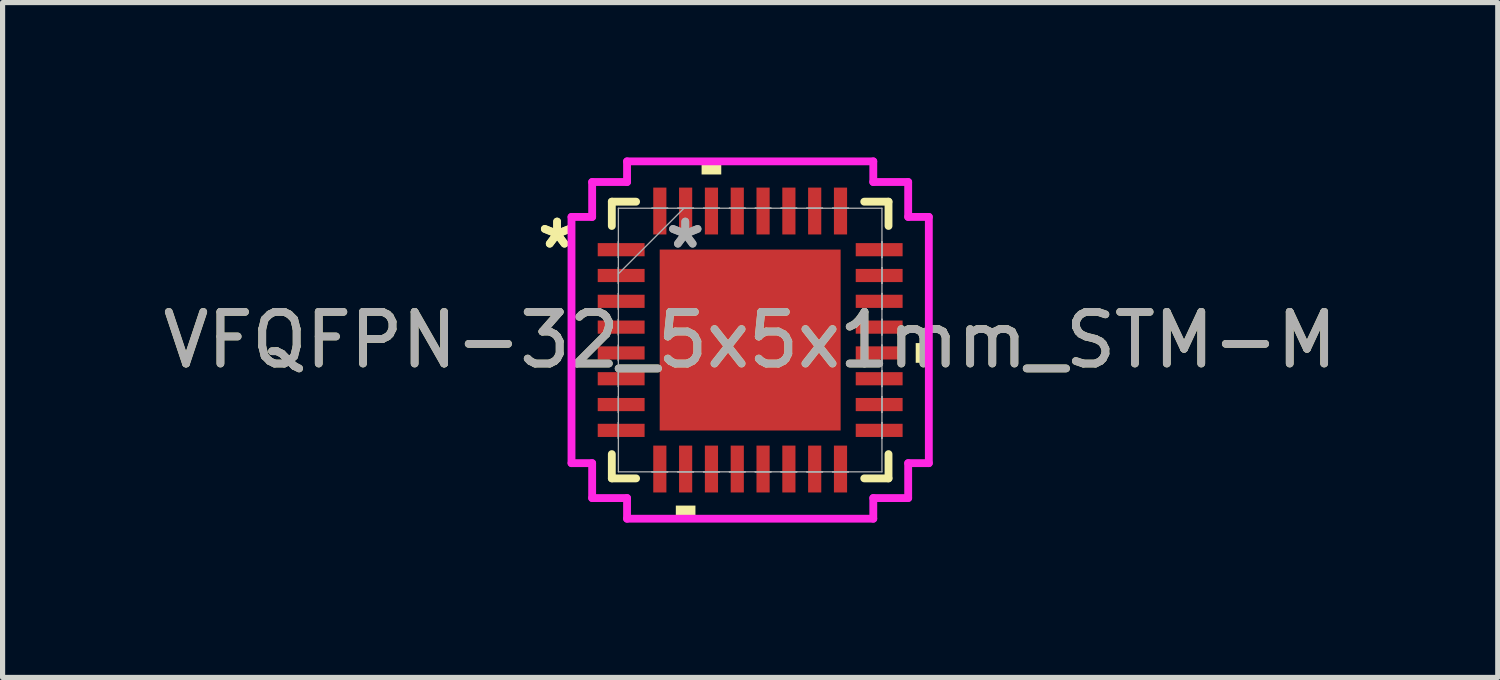
<source format=kicad_pcb>
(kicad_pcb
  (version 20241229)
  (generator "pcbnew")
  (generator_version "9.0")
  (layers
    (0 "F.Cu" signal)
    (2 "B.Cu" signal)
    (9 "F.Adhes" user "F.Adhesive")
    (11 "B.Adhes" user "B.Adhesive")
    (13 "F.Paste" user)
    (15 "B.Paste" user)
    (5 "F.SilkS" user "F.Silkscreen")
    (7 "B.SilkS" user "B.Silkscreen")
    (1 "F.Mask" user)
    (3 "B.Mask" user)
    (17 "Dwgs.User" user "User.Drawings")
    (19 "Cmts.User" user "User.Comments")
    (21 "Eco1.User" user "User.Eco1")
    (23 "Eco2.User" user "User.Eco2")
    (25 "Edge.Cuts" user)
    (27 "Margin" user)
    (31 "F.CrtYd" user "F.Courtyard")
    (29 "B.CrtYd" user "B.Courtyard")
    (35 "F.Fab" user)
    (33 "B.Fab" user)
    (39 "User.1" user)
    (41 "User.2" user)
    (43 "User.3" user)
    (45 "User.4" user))
  (footprint "VFQFPN-32_5x5x1mm_STM-M"
    (layer "F.Cu")
    (at 11.482 3.537)
    (property "Reference" "VFQFPN-32_5x5x1mm_STM-M" (at 0 0 0) (unlocked yes) (layer "F.SilkS") (effects (font (size 1 1) (thickness 0.15))))
    (attr smd)
    (fp_line (start -2.68 -2.68) (end -2.68 -2.21) (stroke (width 0.152) (type solid)) (layer "F.SilkS"))
    (fp_line (start -2.68 2.21) (end -2.68 2.68) (stroke (width 0.152) (type solid)) (layer "F.SilkS"))
    (fp_line (start -2.68 2.68) (end -2.21 2.68) (stroke (width 0.152) (type solid)) (layer "F.SilkS"))
    (fp_line (start -2.21 -2.68) (end -2.68 -2.68) (stroke (width 0.152) (type solid)) (layer "F.SilkS"))
    (fp_line (start 2.21 2.68) (end 2.68 2.68) (stroke (width 0.152) (type solid)) (layer "F.SilkS"))
    (fp_line (start 2.68 -2.68) (end 2.21 -2.68) (stroke (width 0.152) (type solid)) (layer "F.SilkS"))
    (fp_line (start 2.68 -2.21) (end 2.68 -2.68) (stroke (width 0.152) (type solid)) (layer "F.SilkS"))
    (fp_line (start 2.68 2.68) (end 2.68 2.21) (stroke (width 0.152) (type solid)) (layer "F.SilkS"))
    (fp_poly (pts (xy -1.44 3.207) (xy -1.44 3.461) (xy -1.06 3.461) (xy -1.06 3.207)) (stroke (width 0) (type solid)) (fill yes) (layer "F.SilkS"))
    (fp_poly (pts (xy -0.941 -3.207) (xy -0.941 -3.461) (xy -0.56 -3.461) (xy -0.56 -3.207)) (stroke (width 0) (type solid)) (fill yes) (layer "F.SilkS"))
    (fp_poly (pts (xy 3.461 0.059) (xy 3.461 0.441) (xy 3.207 0.441) (xy 3.207 0.059)) (stroke (width 0) (type solid)) (fill yes) (layer "F.SilkS"))
    (fp_line (start -3.461 -2.385) (end -3.061 -2.385) (stroke (width 0.152) (type solid)) (layer "F.CrtYd"))
    (fp_line (start -3.461 2.385) (end -3.461 -2.385) (stroke (width 0.152) (type solid)) (layer "F.CrtYd"))
    (fp_line (start -3.061 -3.061) (end -2.385 -3.061) (stroke (width 0.152) (type solid)) (layer "F.CrtYd"))
    (fp_line (start -3.061 -2.385) (end -3.061 -3.061) (stroke (width 0.152) (type solid)) (layer "F.CrtYd"))
    (fp_line (start -3.061 2.385) (end -3.461 2.385) (stroke (width 0.152) (type solid)) (layer "F.CrtYd"))
    (fp_line (start -3.061 3.061) (end -3.061 2.385) (stroke (width 0.152) (type solid)) (layer "F.CrtYd"))
    (fp_line (start -2.385 -3.461) (end 2.385 -3.461) (stroke (width 0.152) (type solid)) (layer "F.CrtYd"))
    (fp_line (start -2.385 -3.061) (end -2.385 -3.461) (stroke (width 0.152) (type solid)) (layer "F.CrtYd"))
    (fp_line (start -2.385 3.061) (end -3.061 3.061) (stroke (width 0.152) (type solid)) (layer "F.CrtYd"))
    (fp_line (start -2.385 3.461) (end -2.385 3.061) (stroke (width 0.152) (type solid)) (layer "F.CrtYd"))
    (fp_line (start 2.385 -3.461) (end 2.385 -3.061) (stroke (width 0.152) (type solid)) (layer "F.CrtYd"))
    (fp_line (start 2.385 -3.061) (end 3.061 -3.061) (stroke (width 0.152) (type solid)) (layer "F.CrtYd"))
    (fp_line (start 2.385 3.061) (end 2.385 3.461) (stroke (width 0.152) (type solid)) (layer "F.CrtYd"))
    (fp_line (start 2.385 3.461) (end -2.385 3.461) (stroke (width 0.152) (type solid)) (layer "F.CrtYd"))
    (fp_line (start 3.061 -3.061) (end 3.061 -2.385) (stroke (width 0.152) (type solid)) (layer "F.CrtYd"))
    (fp_line (start 3.061 -2.385) (end 3.461 -2.385) (stroke (width 0.152) (type solid)) (layer "F.CrtYd"))
    (fp_line (start 3.061 2.385) (end 3.061 3.061) (stroke (width 0.152) (type solid)) (layer "F.CrtYd"))
    (fp_line (start 3.061 3.061) (end 2.385 3.061) (stroke (width 0.152) (type solid)) (layer "F.CrtYd"))
    (fp_line (start 3.461 -2.385) (end 3.461 2.385) (stroke (width 0.152) (type solid)) (layer "F.CrtYd"))
    (fp_line (start 3.461 2.385) (end 3.061 2.385) (stroke (width 0.152) (type solid)) (layer "F.CrtYd"))
    (fp_line (start -2.553 -2.553) (end -2.553 2.553) (stroke (width 0.025) (type solid)) (layer "F.Fab"))
    (fp_line (start -2.553 -1.902) (end -2.553 -1.902) (stroke (width 0.025) (type solid)) (layer "F.Fab"))
    (fp_line (start -2.553 -1.902) (end -2.553 -1.598) (stroke (width 0.025) (type solid)) (layer "F.Fab"))
    (fp_line (start -2.553 -1.598) (end -2.553 -1.902) (stroke (width 0.025) (type solid)) (layer "F.Fab"))
    (fp_line (start -2.553 -1.598) (end -2.553 -1.598) (stroke (width 0.025) (type solid)) (layer "F.Fab"))
    (fp_line (start -2.553 -1.402) (end -2.553 -1.402) (stroke (width 0.025) (type solid)) (layer "F.Fab"))
    (fp_line (start -2.553 -1.402) (end -2.553 -1.098) (stroke (width 0.025) (type solid)) (layer "F.Fab"))
    (fp_line (start -2.553 -1.283) (end -1.283 -2.553) (stroke (width 0.025) (type solid)) (layer "F.Fab"))
    (fp_line (start -2.553 -1.098) (end -2.553 -1.402) (stroke (width 0.025) (type solid)) (layer "F.Fab"))
    (fp_line (start -2.553 -1.098) (end -2.553 -1.098) (stroke (width 0.025) (type solid)) (layer "F.Fab"))
    (fp_line (start -2.553 -0.902) (end -2.553 -0.902) (stroke (width 0.025) (type solid)) (layer "F.Fab"))
    (fp_line (start -2.553 -0.902) (end -2.553 -0.598) (stroke (width 0.025) (type solid)) (layer "F.Fab"))
    (fp_line (start -2.553 -0.598) (end -2.553 -0.902) (stroke (width 0.025) (type solid)) (layer "F.Fab"))
    (fp_line (start -2.553 -0.598) (end -2.553 -0.598) (stroke (width 0.025) (type solid)) (layer "F.Fab"))
    (fp_line (start -2.553 -0.402) (end -2.553 -0.402) (stroke (width 0.025) (type solid)) (layer "F.Fab"))
    (fp_line (start -2.553 -0.402) (end -2.553 -0.098) (stroke (width 0.025) (type solid)) (layer "F.Fab"))
    (fp_line (start -2.553 -0.098) (end -2.553 -0.402) (stroke (width 0.025) (type solid)) (layer "F.Fab"))
    (fp_line (start -2.553 -0.098) (end -2.553 -0.098) (stroke (width 0.025) (type solid)) (layer "F.Fab"))
    (fp_line (start -2.553 0.098) (end -2.553 0.098) (stroke (width 0.025) (type solid)) (layer "F.Fab"))
    (fp_line (start -2.553 0.098) (end -2.553 0.402) (stroke (width 0.025) (type solid)) (layer "F.Fab"))
    (fp_line (start -2.553 0.402) (end -2.553 0.098) (stroke (width 0.025) (type solid)) (layer "F.Fab"))
    (fp_line (start -2.553 0.402) (end -2.553 0.402) (stroke (width 0.025) (type solid)) (layer "F.Fab"))
    (fp_line (start -2.553 0.598) (end -2.553 0.598) (stroke (width 0.025) (type solid)) (layer "F.Fab"))
    (fp_line (start -2.553 0.598) (end -2.553 0.902) (stroke (width 0.025) (type solid)) (layer "F.Fab"))
    (fp_line (start -2.553 0.902) (end -2.553 0.598) (stroke (width 0.025) (type solid)) (layer "F.Fab"))
    (fp_line (start -2.553 0.902) (end -2.553 0.902) (stroke (width 0.025) (type solid)) (layer "F.Fab"))
    (fp_line (start -2.553 1.098) (end -2.553 1.098) (stroke (width 0.025) (type solid)) (layer "F.Fab"))
    (fp_line (start -2.553 1.098) (end -2.553 1.402) (stroke (width 0.025) (type solid)) (layer "F.Fab"))
    (fp_line (start -2.553 1.402) (end -2.553 1.098) (stroke (width 0.025) (type solid)) (layer "F.Fab"))
    (fp_line (start -2.553 1.402) (end -2.553 1.402) (stroke (width 0.025) (type solid)) (layer "F.Fab"))
    (fp_line (start -2.553 1.598) (end -2.553 1.598) (stroke (width 0.025) (type solid)) (layer "F.Fab"))
    (fp_line (start -2.553 1.598) (end -2.553 1.902) (stroke (width 0.025) (type solid)) (layer "F.Fab"))
    (fp_line (start -2.553 1.902) (end -2.553 1.598) (stroke (width 0.025) (type solid)) (layer "F.Fab"))
    (fp_line (start -2.553 1.902) (end -2.553 1.902) (stroke (width 0.025) (type solid)) (layer "F.Fab"))
    (fp_line (start -2.553 2.553) (end 2.553 2.553) (stroke (width 0.025) (type solid)) (layer "F.Fab"))
    (fp_line (start -1.902 -2.553) (end -1.902 -2.553) (stroke (width 0.025) (type solid)) (layer "F.Fab"))
    (fp_line (start -1.902 -2.553) (end -1.598 -2.553) (stroke (width 0.025) (type solid)) (layer "F.Fab"))
    (fp_line (start -1.902 2.553) (end -1.902 2.553) (stroke (width 0.025) (type solid)) (layer "F.Fab"))
    (fp_line (start -1.902 2.553) (end -1.598 2.553) (stroke (width 0.025) (type solid)) (layer "F.Fab"))
    (fp_line (start -1.598 -2.553) (end -1.902 -2.553) (stroke (width 0.025) (type solid)) (layer "F.Fab"))
    (fp_line (start -1.598 -2.553) (end -1.598 -2.553) (stroke (width 0.025) (type solid)) (layer "F.Fab"))
    (fp_line (start -1.598 2.553) (end -1.902 2.553) (stroke (width 0.025) (type solid)) (layer "F.Fab"))
    (fp_line (start -1.598 2.553) (end -1.598 2.553) (stroke (width 0.025) (type solid)) (layer "F.Fab"))
    (fp_line (start -1.402 -2.553) (end -1.402 -2.553) (stroke (width 0.025) (type solid)) (layer "F.Fab"))
    (fp_line (start -1.402 -2.553) (end -1.098 -2.553) (stroke (width 0.025) (type solid)) (layer "F.Fab"))
    (fp_line (start -1.402 2.553) (end -1.402 2.553) (stroke (width 0.025) (type solid)) (layer "F.Fab"))
    (fp_line (start -1.402 2.553) (end -1.098 2.553) (stroke (width 0.025) (type solid)) (layer "F.Fab"))
    (fp_line (start -1.098 -2.553) (end -1.402 -2.553) (stroke (width 0.025) (type solid)) (layer "F.Fab"))
    (fp_line (start -1.098 -2.553) (end -1.098 -2.553) (stroke (width 0.025) (type solid)) (layer "F.Fab"))
    (fp_line (start -1.098 2.553) (end -1.402 2.553) (stroke (width 0.025) (type solid)) (layer "F.Fab"))
    (fp_line (start -1.098 2.553) (end -1.098 2.553) (stroke (width 0.025) (type solid)) (layer "F.Fab"))
    (fp_line (start -0.902 -2.553) (end -0.902 -2.553) (stroke (width 0.025) (type solid)) (layer "F.Fab"))
    (fp_line (start -0.902 -2.553) (end -0.598 -2.553) (stroke (width 0.025) (type solid)) (layer "F.Fab"))
    (fp_line (start -0.902 2.553) (end -0.902 2.553) (stroke (width 0.025) (type solid)) (layer "F.Fab"))
    (fp_line (start -0.902 2.553) (end -0.598 2.553) (stroke (width 0.025) (type solid)) (layer "F.Fab"))
    (fp_line (start -0.598 -2.553) (end -0.902 -2.553) (stroke (width 0.025) (type solid)) (layer "F.Fab"))
    (fp_line (start -0.598 -2.553) (end -0.598 -2.553) (stroke (width 0.025) (type solid)) (layer "F.Fab"))
    (fp_line (start -0.598 2.553) (end -0.902 2.553) (stroke (width 0.025) (type solid)) (layer "F.Fab"))
    (fp_line (start -0.598 2.553) (end -0.598 2.553) (stroke (width 0.025) (type solid)) (layer "F.Fab"))
    (fp_line (start -0.402 -2.553) (end -0.402 -2.553) (stroke (width 0.025) (type solid)) (layer "F.Fab"))
    (fp_line (start -0.402 -2.553) (end -0.098 -2.553) (stroke (width 0.025) (type solid)) (layer "F.Fab"))
    (fp_line (start -0.402 2.553) (end -0.402 2.553) (stroke (width 0.025) (type solid)) (layer "F.Fab"))
    (fp_line (start -0.402 2.553) (end -0.098 2.553) (stroke (width 0.025) (type solid)) (layer "F.Fab"))
    (fp_line (start -0.098 -2.553) (end -0.402 -2.553) (stroke (width 0.025) (type solid)) (layer "F.Fab"))
    (fp_line (start -0.098 -2.553) (end -0.098 -2.553) (stroke (width 0.025) (type solid)) (layer "F.Fab"))
    (fp_line (start -0.098 2.553) (end -0.402 2.553) (stroke (width 0.025) (type solid)) (layer "F.Fab"))
    (fp_line (start -0.098 2.553) (end -0.098 2.553) (stroke (width 0.025) (type solid)) (layer "F.Fab"))
    (fp_line (start 0.098 -2.553) (end 0.098 -2.553) (stroke (width 0.025) (type solid)) (layer "F.Fab"))
    (fp_line (start 0.098 -2.553) (end 0.402 -2.553) (stroke (width 0.025) (type solid)) (layer "F.Fab"))
    (fp_line (start 0.098 2.553) (end 0.098 2.553) (stroke (width 0.025) (type solid)) (layer "F.Fab"))
    (fp_line (start 0.098 2.553) (end 0.402 2.553) (stroke (width 0.025) (type solid)) (layer "F.Fab"))
    (fp_line (start 0.402 -2.553) (end 0.098 -2.553) (stroke (width 0.025) (type solid)) (layer "F.Fab"))
    (fp_line (start 0.402 -2.553) (end 0.402 -2.553) (stroke (width 0.025) (type solid)) (layer "F.Fab"))
    (fp_line (start 0.402 2.553) (end 0.098 2.553) (stroke (width 0.025) (type solid)) (layer "F.Fab"))
    (fp_line (start 0.402 2.553) (end 0.402 2.553) (stroke (width 0.025) (type solid)) (layer "F.Fab"))
    (fp_line (start 0.598 -2.553) (end 0.598 -2.553) (stroke (width 0.025) (type solid)) (layer "F.Fab"))
    (fp_line (start 0.598 -2.553) (end 0.902 -2.553) (stroke (width 0.025) (type solid)) (layer "F.Fab"))
    (fp_line (start 0.598 2.553) (end 0.598 2.553) (stroke (width 0.025) (type solid)) (layer "F.Fab"))
    (fp_line (start 0.598 2.553) (end 0.902 2.553) (stroke (width 0.025) (type solid)) (layer "F.Fab"))
    (fp_line (start 0.902 -2.553) (end 0.598 -2.553) (stroke (width 0.025) (type solid)) (layer "F.Fab"))
    (fp_line (start 0.902 -2.553) (end 0.902 -2.553) (stroke (width 0.025) (type solid)) (layer "F.Fab"))
    (fp_line (start 0.902 2.553) (end 0.598 2.553) (stroke (width 0.025) (type solid)) (layer "F.Fab"))
    (fp_line (start 0.902 2.553) (end 0.902 2.553) (stroke (width 0.025) (type solid)) (layer "F.Fab"))
    (fp_line (start 1.098 -2.553) (end 1.098 -2.553) (stroke (width 0.025) (type solid)) (layer "F.Fab"))
    (fp_line (start 1.098 -2.553) (end 1.402 -2.553) (stroke (width 0.025) (type solid)) (layer "F.Fab"))
    (fp_line (start 1.098 2.553) (end 1.098 2.553) (stroke (width 0.025) (type solid)) (layer "F.Fab"))
    (fp_line (start 1.098 2.553) (end 1.402 2.553) (stroke (width 0.025) (type solid)) (layer "F.Fab"))
    (fp_line (start 1.402 -2.553) (end 1.098 -2.553) (stroke (width 0.025) (type solid)) (layer "F.Fab"))
    (fp_line (start 1.402 -2.553) (end 1.402 -2.553) (stroke (width 0.025) (type solid)) (layer "F.Fab"))
    (fp_line (start 1.402 2.553) (end 1.098 2.553) (stroke (width 0.025) (type solid)) (layer "F.Fab"))
    (fp_line (start 1.402 2.553) (end 1.402 2.553) (stroke (width 0.025) (type solid)) (layer "F.Fab"))
    (fp_line (start 1.598 -2.553) (end 1.598 -2.553) (stroke (width 0.025) (type solid)) (layer "F.Fab"))
    (fp_line (start 1.598 -2.553) (end 1.902 -2.553) (stroke (width 0.025) (type solid)) (layer "F.Fab"))
    (fp_line (start 1.598 2.553) (end 1.598 2.553) (stroke (width 0.025) (type solid)) (layer "F.Fab"))
    (fp_line (start 1.598 2.553) (end 1.902 2.553) (stroke (width 0.025) (type solid)) (layer "F.Fab"))
    (fp_line (start 1.902 -2.553) (end 1.598 -2.553) (stroke (width 0.025) (type solid)) (layer "F.Fab"))
    (fp_line (start 1.902 -2.553) (end 1.902 -2.553) (stroke (width 0.025) (type solid)) (layer "F.Fab"))
    (fp_line (start 1.902 2.553) (end 1.598 2.553) (stroke (width 0.025) (type solid)) (layer "F.Fab"))
    (fp_line (start 1.902 2.553) (end 1.902 2.553) (stroke (width 0.025) (type solid)) (layer "F.Fab"))
    (fp_line (start 2.553 -2.553) (end -2.553 -2.553) (stroke (width 0.025) (type solid)) (layer "F.Fab"))
    (fp_line (start 2.553 -1.902) (end 2.553 -1.902) (stroke (width 0.025) (type solid)) (layer "F.Fab"))
    (fp_line (start 2.553 -1.902) (end 2.553 -1.598) (stroke (width 0.025) (type solid)) (layer "F.Fab"))
    (fp_line (start 2.553 -1.598) (end 2.553 -1.902) (stroke (width 0.025) (type solid)) (layer "F.Fab"))
    (fp_line (start 2.553 -1.598) (end 2.553 -1.598) (stroke (width 0.025) (type solid)) (layer "F.Fab"))
    (fp_line (start 2.553 -1.402) (end 2.553 -1.402) (stroke (width 0.025) (type solid)) (layer "F.Fab"))
    (fp_line (start 2.553 -1.402) (end 2.553 -1.098) (stroke (width 0.025) (type solid)) (layer "F.Fab"))
    (fp_line (start 2.553 -1.098) (end 2.553 -1.402) (stroke (width 0.025) (type solid)) (layer "F.Fab"))
    (fp_line (start 2.553 -1.098) (end 2.553 -1.098) (stroke (width 0.025) (type solid)) (layer "F.Fab"))
    (fp_line (start 2.553 -0.902) (end 2.553 -0.902) (stroke (width 0.025) (type solid)) (layer "F.Fab"))
    (fp_line (start 2.553 -0.902) (end 2.553 -0.598) (stroke (width 0.025) (type solid)) (layer "F.Fab"))
    (fp_line (start 2.553 -0.598) (end 2.553 -0.902) (stroke (width 0.025) (type solid)) (layer "F.Fab"))
    (fp_line (start 2.553 -0.598) (end 2.553 -0.598) (stroke (width 0.025) (type solid)) (layer "F.Fab"))
    (fp_line (start 2.553 -0.402) (end 2.553 -0.402) (stroke (width 0.025) (type solid)) (layer "F.Fab"))
    (fp_line (start 2.553 -0.402) (end 2.553 -0.098) (stroke (width 0.025) (type solid)) (layer "F.Fab"))
    (fp_line (start 2.553 -0.098) (end 2.553 -0.402) (stroke (width 0.025) (type solid)) (layer "F.Fab"))
    (fp_line (start 2.553 -0.098) (end 2.553 -0.098) (stroke (width 0.025) (type solid)) (layer "F.Fab"))
    (fp_line (start 2.553 0.098) (end 2.553 0.098) (stroke (width 0.025) (type solid)) (layer "F.Fab"))
    (fp_line (start 2.553 0.098) (end 2.553 0.402) (stroke (width 0.025) (type solid)) (layer "F.Fab"))
    (fp_line (start 2.553 0.402) (end 2.553 0.098) (stroke (width 0.025) (type solid)) (layer "F.Fab"))
    (fp_line (start 2.553 0.402) (end 2.553 0.402) (stroke (width 0.025) (type solid)) (layer "F.Fab"))
    (fp_line (start 2.553 0.598) (end 2.553 0.598) (stroke (width 0.025) (type solid)) (layer "F.Fab"))
    (fp_line (start 2.553 0.598) (end 2.553 0.902) (stroke (width 0.025) (type solid)) (layer "F.Fab"))
    (fp_line (start 2.553 0.902) (end 2.553 0.598) (stroke (width 0.025) (type solid)) (layer "F.Fab"))
    (fp_line (start 2.553 0.902) (end 2.553 0.902) (stroke (width 0.025) (type solid)) (layer "F.Fab"))
    (fp_line (start 2.553 1.098) (end 2.553 1.098) (stroke (width 0.025) (type solid)) (layer "F.Fab"))
    (fp_line (start 2.553 1.098) (end 2.553 1.402) (stroke (width 0.025) (type solid)) (layer "F.Fab"))
    (fp_line (start 2.553 1.402) (end 2.553 1.098) (stroke (width 0.025) (type solid)) (layer "F.Fab"))
    (fp_line (start 2.553 1.402) (end 2.553 1.402) (stroke (width 0.025) (type solid)) (layer "F.Fab"))
    (fp_line (start 2.553 1.598) (end 2.553 1.598) (stroke (width 0.025) (type solid)) (layer "F.Fab"))
    (fp_line (start 2.553 1.598) (end 2.553 1.902) (stroke (width 0.025) (type solid)) (layer "F.Fab"))
    (fp_line (start 2.553 1.902) (end 2.553 1.598) (stroke (width 0.025) (type solid)) (layer "F.Fab"))
    (fp_line (start 2.553 1.902) (end 2.553 1.902) (stroke (width 0.025) (type solid)) (layer "F.Fab"))
    (fp_line (start 2.553 2.553) (end 2.553 -2.553) (stroke (width 0.025) (type solid)) (layer "F.Fab"))
    (fp_text user "*" (at -3.74 -1.75 0) (unlocked yes) (layer "F.SilkS") (effects (font (size 1 1) (thickness 0.15))))
    (fp_text user "*" (at -3.74 -1.75 0) (layer "F.SilkS") (effects (font (size 1 1) (thickness 0.15))))
    (fp_text user "*" (at -1.257 -1.75 0) (unlocked yes) (layer "F.Fab") (effects (font (size 1 1) (thickness 0.15))))
    (fp_text user "*" (at -1.257 -1.75 0) (layer "F.Fab") (effects (font (size 1 1) (thickness 0.15))))
    (fp_text user "${REFERENCE}" (at 0 0 0) (unlocked yes) (layer "F.Fab") (effects (font (size 1 1) (thickness 0.15))))
    (pad "1" smd rect (at -2.499 -1.75 90) (size 0.255 0.908) (layers "F.Cu" "F.Mask" "F.Paste"))
    (pad "2" smd rect (at -2.499 -1.25 90) (size 0.255 0.908) (layers "F.Cu" "F.Mask" "F.Paste"))
    (pad "3" smd rect (at -2.499 -0.75 90) (size 0.255 0.908) (layers "F.Cu" "F.Mask" "F.Paste"))
    (pad "4" smd rect (at -2.499 -0.25 90) (size 0.255 0.908) (layers "F.Cu" "F.Mask" "F.Paste"))
    (pad "5" smd rect (at -2.499 0.25 90) (size 0.255 0.908) (layers "F.Cu" "F.Mask" "F.Paste"))
    (pad "6" smd rect (at -2.499 0.75 90) (size 0.255 0.908) (layers "F.Cu" "F.Mask" "F.Paste"))
    (pad "7" smd rect (at -2.499 1.25 90) (size 0.255 0.908) (layers "F.Cu" "F.Mask" "F.Paste"))
    (pad "8" smd rect (at -2.499 1.75 90) (size 0.255 0.908) (layers "F.Cu" "F.Mask" "F.Paste"))
    (pad "9" smd rect (at -1.75 2.499) (size 0.255 0.908) (layers "F.Cu" "F.Mask" "F.Paste"))
    (pad "10" smd rect (at -1.25 2.499) (size 0.255 0.908) (layers "F.Cu" "F.Mask" "F.Paste"))
    (pad "11" smd rect (at -0.75 2.499) (size 0.255 0.908) (layers "F.Cu" "F.Mask" "F.Paste"))
    (pad "12" smd rect (at -0.25 2.499) (size 0.255 0.908) (layers "F.Cu" "F.Mask" "F.Paste"))
    (pad "13" smd rect (at 0.25 2.499) (size 0.255 0.908) (layers "F.Cu" "F.Mask" "F.Paste"))
    (pad "14" smd rect (at 0.75 2.499) (size 0.255 0.908) (layers "F.Cu" "F.Mask" "F.Paste"))
    (pad "15" smd rect (at 1.25 2.499) (size 0.255 0.908) (layers "F.Cu" "F.Mask" "F.Paste"))
    (pad "16" smd rect (at 1.75 2.499) (size 0.255 0.908) (layers "F.Cu" "F.Mask" "F.Paste"))
    (pad "17" smd rect (at 2.499 1.75 90) (size 0.255 0.908) (layers "F.Cu" "F.Mask" "F.Paste"))
    (pad "18" smd rect (at 2.499 1.25 90) (size 0.255 0.908) (layers "F.Cu" "F.Mask" "F.Paste"))
    (pad "19" smd rect (at 2.499 0.75 90) (size 0.255 0.908) (layers "F.Cu" "F.Mask" "F.Paste"))
    (pad "20" smd rect (at 2.499 0.25 90) (size 0.255 0.908) (layers "F.Cu" "F.Mask" "F.Paste"))
    (pad "21" smd rect (at 2.499 -0.25 90) (size 0.255 0.908) (layers "F.Cu" "F.Mask" "F.Paste"))
    (pad "22" smd rect (at 2.499 -0.75 90) (size 0.255 0.908) (layers "F.Cu" "F.Mask" "F.Paste"))
    (pad "23" smd rect (at 2.499 -1.25 90) (size 0.255 0.908) (layers "F.Cu" "F.Mask" "F.Paste"))
    (pad "24" smd rect (at 2.499 -1.75 90) (size 0.255 0.908) (layers "F.Cu" "F.Mask" "F.Paste"))
    (pad "25" smd rect (at 1.75 -2.499) (size 0.255 0.908) (layers "F.Cu" "F.Mask" "F.Paste"))
    (pad "26" smd rect (at 1.25 -2.499) (size 0.255 0.908) (layers "F.Cu" "F.Mask" "F.Paste"))
    (pad "27" smd rect (at 0.75 -2.499) (size 0.255 0.908) (layers "F.Cu" "F.Mask" "F.Paste"))
    (pad "28" smd rect (at 0.25 -2.499) (size 0.255 0.908) (layers "F.Cu" "F.Mask" "F.Paste"))
    (pad "29" smd rect (at -0.25 -2.499) (size 0.255 0.908) (layers "F.Cu" "F.Mask" "F.Paste"))
    (pad "30" smd rect (at -0.75 -2.499) (size 0.255 0.908) (layers "F.Cu" "F.Mask" "F.Paste"))
    (pad "31" smd rect (at -1.25 -2.499) (size 0.255 0.908) (layers "F.Cu" "F.Mask" "F.Paste"))
    (pad "32" smd rect (at -1.75 -2.499) (size 0.255 0.908) (layers "F.Cu" "F.Mask" "F.Paste"))
    (pad "33" smd rect (at 0 0) (size 3.505 3.505) (layers "F.Cu" "F.Mask" "F.Paste")))
  (gr_rect
    (start -3 -3)
    (end 25.964 10.074)
    (stroke (width 0.1) (type default))
    (fill no)
    (layer "Edge.Cuts")))
</source>
